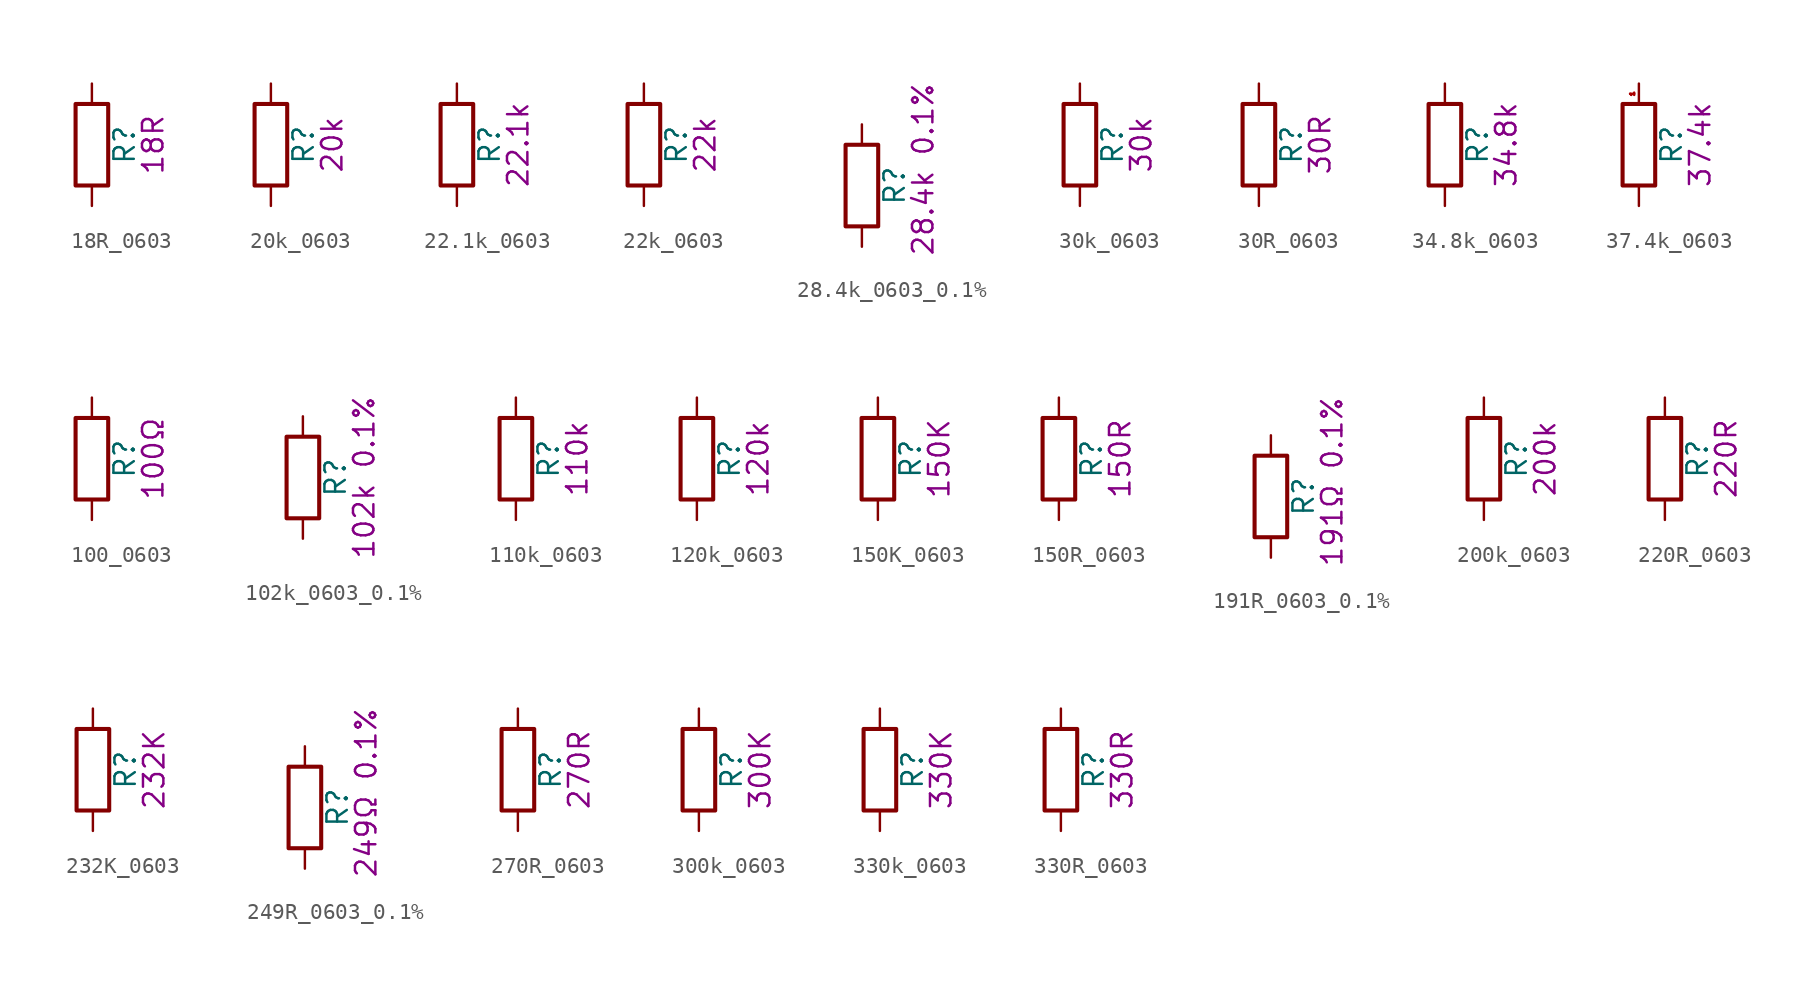
<source format=kicad_sym>
(kicad_symbol_lib
  (version 20211014)
  (generator kicad_symbol_editor)
  (symbol "18R_0603"
    (pin_numbers hide)
    (pin_names
      (offset 0))
    (property "Reference" "R"
      (at 2.032 0 90)
      (effects (font (size 1.27 1.27))))
    (property "Display" "18R"
      (at 3.81 0 90)
      (effects (font (size 1.27 1.27))))
    (symbol "18R_0603_0_1"
      (rectangle (start -1.016 -2.54) (end 1.016 2.54) (stroke (width 0.254) (type default) (color 0 0 0 0)) (fill (type none))))
    (symbol "18R_0603_1_1"
      (pin passive line (at 0 3.81 270) (length 1.27) (name "~" (effects (font (size 1.27 1.27)))) (number "1" (effects (font (size 1.27 1.27)))))
      (pin passive line (at 0 -3.81 90) (length 1.27) (name "~" (effects (font (size 1.27 1.27)))) (number "2" (effects (font (size 1.27 1.27)))))))
  (symbol "20k_0603"
    (pin_numbers hide)
    (pin_names
      (offset 0))
    (property "Reference" "R"
      (at 2.032 0 90)
      (effects (font (size 1.27 1.27))))
    (property "Display" "20k"
      (at 3.81 0 90)
      (effects (font (size 1.27 1.27))))
    (symbol "20k_0603_0_1"
      (rectangle (start -1.016 -2.54) (end 1.016 2.54) (stroke (width 0.254) (type default) (color 0 0 0 0)) (fill (type none))))
    (symbol "20k_0603_1_1"
      (pin passive line (at 0 3.81 270) (length 1.27) (name "~" (effects (font (size 1.27 1.27)))) (number "1" (effects (font (size 1.27 1.27)))))
      (pin passive line (at 0 -3.81 90) (length 1.27) (name "~" (effects (font (size 1.27 1.27)))) (number "2" (effects (font (size 1.27 1.27)))))))
  (symbol "22.1k_0603"
    (pin_numbers hide)
    (pin_names
      (offset 0))
    (property "Reference" "R"
      (at 2.032 0 90)
      (effects (font (size 1.27 1.27))))
    (property "Display" "22.1k"
      (at 3.81 0 90)
      (effects (font (size 1.27 1.27))))
    (symbol "22.1k_0603_0_1"
      (rectangle (start -1.016 -2.54) (end 1.016 2.54) (stroke (width 0.254) (type default) (color 0 0 0 0)) (fill (type none))))
    (symbol "22.1k_0603_1_1"
      (pin passive line (at 0 3.81 270) (length 1.27) (name "~" (effects (font (size 1.27 1.27)))) (number "1" (effects (font (size 1.27 1.27)))))
      (pin passive line (at 0 -3.81 90) (length 1.27) (name "~" (effects (font (size 1.27 1.27)))) (number "2" (effects (font (size 1.27 1.27)))))))
  (symbol "22k_0603"
    (pin_numbers hide)
    (pin_names
      (offset 0))
    (property "Reference" "R"
      (at 2.032 0 90)
      (effects (font (size 1.27 1.27))))
    (property "Display" "22k"
      (at 3.81 0 90)
      (effects (font (size 1.27 1.27))))
    (symbol "22k_0603_0_1"
      (rectangle (start -1.016 -2.54) (end 1.016 2.54) (stroke (width 0.254) (type default) (color 0 0 0 0)) (fill (type none))))
    (symbol "22k_0603_1_1"
      (pin passive line (at 0 3.81 270) (length 1.27) (name "~" (effects (font (size 1.27 1.27)))) (number "1" (effects (font (size 1.27 1.27)))))
      (pin passive line (at 0 -3.81 90) (length 1.27) (name "~" (effects (font (size 1.27 1.27)))) (number "2" (effects (font (size 1.27 1.27)))))))
  (symbol "28.4k_0603_0.1%"
    (pin_numbers hide)
    (pin_names
      (offset 0))
    (property "Reference" "R"
      (at 2.032 0 90)
      (effects (font (size 1.27 1.27))))
    (property "Display" "28.4k 0.1%"
      (at 3.81 -4.445 90)
      (effects (font (size 1.27 1.27)) (justify left)))
    (symbol "28.4k_0603_0.1%_0_1"
      (rectangle (start -1.016 -2.54) (end 1.016 2.54) (stroke (width 0.254) (type default) (color 0 0 0 0)) (fill (type none))))
    (symbol "28.4k_0603_0.1%_1_1"
      (pin passive line (at 0 3.81 270) (length 1.27) (name "~" (effects (font (size 1.27 1.27)))) (number "1" (effects (font (size 1.27 1.27)))))
      (pin passive line (at 0 -3.81 90) (length 1.27) (name "~" (effects (font (size 1.27 1.27)))) (number "2" (effects (font (size 1.27 1.27)))))))
  (symbol "30k_0603"
    (pin_numbers hide)
    (pin_names
      (offset 0))
    (property "Reference" "R"
      (at 2.032 0 90)
      (effects (font (size 1.27 1.27))))
    (property "Display" "30k"
      (at 3.81 0 90)
      (effects (font (size 1.27 1.27))))
    (symbol "30k_0603_0_1"
      (rectangle (start -1.016 -2.54) (end 1.016 2.54) (stroke (width 0.254) (type default) (color 0 0 0 0)) (fill (type none))))
    (symbol "30k_0603_1_1"
      (pin passive line (at 0 3.81 270) (length 1.27) (name "~" (effects (font (size 1.27 1.27)))) (number "1" (effects (font (size 1.27 1.27)))))
      (pin passive line (at 0 -3.81 90) (length 1.27) (name "~" (effects (font (size 1.27 1.27)))) (number "2" (effects (font (size 1.27 1.27)))))))
  (symbol "30R_0603"
    (pin_numbers hide)
    (pin_names
      (offset 0))
    (property "Reference" "R"
      (at 2.032 0 90)
      (effects (font (size 1.27 1.27))))
    (property "Display" "30R"
      (at 3.81 0 90)
      (effects (font (size 1.27 1.27))))
    (symbol "30R_0603_0_1"
      (rectangle (start -1.016 -2.54) (end 1.016 2.54) (stroke (width 0.254) (type default) (color 0 0 0 0)) (fill (type none))))
    (symbol "30R_0603_1_1"
      (pin passive line (at 0 3.81 270) (length 1.27) (name "~" (effects (font (size 1.27 1.27)))) (number "1" (effects (font (size 1.27 1.27)))))
      (pin passive line (at 0 -3.81 90) (length 1.27) (name "~" (effects (font (size 1.27 1.27)))) (number "2" (effects (font (size 1.27 1.27)))))))
  (symbol "34.8k_0603"
    (pin_numbers hide)
    (pin_names
      (offset 0))
    (property "Reference" "R"
      (at 2.032 0 90)
      (effects (font (size 1.27 1.27))))
    (property "Display" "34.8k"
      (at 3.81 0 90)
      (effects (font (size 1.27 1.27))))
    (symbol "34.8k_0603_0_1"
      (rectangle (start -1.016 -2.54) (end 1.016 2.54) (stroke (width 0.254) (type default) (color 0 0 0 0)) (fill (type none))))
    (symbol "34.8k_0603_1_1"
      (pin passive line (at 0 3.81 270) (length 1.27) (name "~" (effects (font (size 1.27 1.27)))) (number "1" (effects (font (size 1.27 1.27)))))
      (pin passive line (at 0 -3.81 90) (length 1.27) (name "~" (effects (font (size 1.27 1.27)))) (number "2" (effects (font (size 1.27 1.27)))))))
  (symbol "37.4k_0603"
    (pin_names
      (offset 0))
    (property "Reference" "R"
      (at 2.032 0 90)
      (effects (font (size 1.27 1.27))))
    (property "Display" "37.4k"
      (at 3.81 0 90)
      (effects (font (size 1.27 1.27))))
    (symbol "37.4k_0603_0_1"
      (rectangle (start -1.016 -2.54) (end 1.016 2.54) (stroke (width 0.254) (type default) (color 0 0 0 0)) (fill (type none))))
    (symbol "37.4k_0603_1_1"
      (pin passive line (at 0 3.81 270) (length 1.27) (name "~" (effects (font (size 1.27 1.27)))) (number "1" (effects (font (size 0.254 0.254)))))
      (pin passive line (at 0 -3.81 90) (length 1.27) (name "~" (effects (font (size 1.27 1.27)))) (number "2" (effects (font (size 0 0)))))))
  (symbol "100_0603"
    (pin_numbers hide)
    (pin_names
      (offset 0))
    (property "Reference" "R"
      (at 2.032 0 90)
      (effects (font (size 1.27 1.27))))
    (property "Display" "100Ω"
      (at 3.81 0 90)
      (effects (font (size 1.27 1.27))))
    (symbol "100_0603_0_1"
      (rectangle (start -1.016 -2.54) (end 1.016 2.54) (stroke (width 0.254) (type default) (color 0 0 0 0)) (fill (type none))))
    (symbol "100_0603_1_1"
      (pin passive line (at 0 3.81 270) (length 1.27) (name "~" (effects (font (size 1.27 1.27)))) (number "1" (effects (font (size 1.27 1.27)))))
      (pin passive line (at 0 -3.81 90) (length 1.27) (name "~" (effects (font (size 1.27 1.27)))) (number "2" (effects (font (size 1.27 1.27)))))))
  (symbol "102k_0603_0.1%"
    (pin_numbers hide)
    (pin_names
      (offset 0))
    (property "Reference" "R"
      (at 2.032 0 90)
      (effects (font (size 1.27 1.27))))
    (property "Display" "102k 0.1%"
      (at 3.81 0 90)
      (effects (font (size 1.27 1.27))))
    (symbol "102k_0603_0.1%_0_1"
      (rectangle (start -1.016 -2.54) (end 1.016 2.54) (stroke (width 0.254) (type default) (color 0 0 0 0)) (fill (type none))))
    (symbol "102k_0603_0.1%_1_1"
      (pin passive line (at 0 3.81 270) (length 1.27) (name "~" (effects (font (size 1.27 1.27)))) (number "1" (effects (font (size 1.27 1.27)))))
      (pin passive line (at 0 -3.81 90) (length 1.27) (name "~" (effects (font (size 1.27 1.27)))) (number "2" (effects (font (size 1.27 1.27)))))))
  (symbol "110k_0603"
    (pin_numbers hide)
    (pin_names
      (offset 0))
    (property "Reference" "R"
      (at 2.032 0 90)
      (effects (font (size 1.27 1.27))))
    (property "Display" "110k"
      (at 3.81 0 90)
      (effects (font (size 1.27 1.27))))
    (symbol "110k_0603_0_1"
      (rectangle (start -1.016 -2.54) (end 1.016 2.54) (stroke (width 0.254) (type default) (color 0 0 0 0)) (fill (type none))))
    (symbol "110k_0603_1_1"
      (pin passive line (at 0 3.81 270) (length 1.27) (name "~" (effects (font (size 1.27 1.27)))) (number "1" (effects (font (size 1.27 1.27)))))
      (pin passive line (at 0 -3.81 90) (length 1.27) (name "~" (effects (font (size 1.27 1.27)))) (number "2" (effects (font (size 1.27 1.27)))))))
  (symbol "120k_0603"
    (pin_numbers hide)
    (pin_names
      (offset 0))
    (property "Reference" "R"
      (at 2.032 0 90)
      (effects (font (size 1.27 1.27))))
    (property "Display" "120k"
      (at 3.81 0 90)
      (effects (font (size 1.27 1.27))))
    (symbol "120k_0603_0_1"
      (rectangle (start -1.016 -2.54) (end 1.016 2.54) (stroke (width 0.254) (type default) (color 0 0 0 0)) (fill (type none))))
    (symbol "120k_0603_1_1"
      (pin passive line (at 0 3.81 270) (length 1.27) (name "~" (effects (font (size 1.27 1.27)))) (number "1" (effects (font (size 1.27 1.27)))))
      (pin passive line (at 0 -3.81 90) (length 1.27) (name "~" (effects (font (size 1.27 1.27)))) (number "2" (effects (font (size 1.27 1.27)))))))
  (symbol "150K_0603"
    (pin_numbers hide)
    (pin_names
      (offset 0))
    (property "Reference" "R"
      (at 2.032 0 90)
      (effects (font (size 1.27 1.27))))
    (property "Display" "150K"
      (at 3.81 0 90)
      (effects (font (size 1.27 1.27))))
    (symbol "150K_0603_0_1"
      (rectangle (start -1.016 -2.54) (end 1.016 2.54) (stroke (width 0.254) (type default) (color 0 0 0 0)) (fill (type none))))
    (symbol "150K_0603_1_1"
      (pin passive line (at 0 3.81 270) (length 1.27) (name "~" (effects (font (size 1.27 1.27)))) (number "1" (effects (font (size 1.27 1.27)))))
      (pin passive line (at 0 -3.81 90) (length 1.27) (name "~" (effects (font (size 1.27 1.27)))) (number "2" (effects (font (size 1.27 1.27)))))))
  (symbol "150R_0603"
    (pin_numbers hide)
    (pin_names
      (offset 0))
    (property "Reference" "R"
      (at 2.032 0 90)
      (effects (font (size 1.27 1.27))))
    (property "Display" "150R"
      (at 3.81 0 90)
      (effects (font (size 1.27 1.27))))
    (symbol "150R_0603_0_1"
      (rectangle (start -1.016 -2.54) (end 1.016 2.54) (stroke (width 0.254) (type default) (color 0 0 0 0)) (fill (type none))))
    (symbol "150R_0603_1_1"
      (pin passive line (at 0 3.81 270) (length 1.27) (name "~" (effects (font (size 1.27 1.27)))) (number "1" (effects (font (size 1.27 1.27)))))
      (pin passive line (at 0 -3.81 90) (length 1.27) (name "~" (effects (font (size 1.27 1.27)))) (number "2" (effects (font (size 1.27 1.27)))))))
  (symbol "191R_0603_0.1%"
    (pin_numbers hide)
    (pin_names
      (offset 0))
    (property "Reference" "R"
      (at 2.032 0 90)
      (effects (font (size 1.27 1.27))))
    (property "Display" "191Ω 0.1%"
      (at 3.81 -4.445 90)
      (effects (font (size 1.27 1.27)) (justify left)))
    (symbol "191R_0603_0.1%_0_1"
      (rectangle (start -1.016 -2.54) (end 1.016 2.54) (stroke (width 0.254) (type default) (color 0 0 0 0)) (fill (type none))))
    (symbol "191R_0603_0.1%_1_1"
      (pin passive line (at 0 3.81 270) (length 1.27) (name "~" (effects (font (size 1.27 1.27)))) (number "1" (effects (font (size 1.27 1.27)))))
      (pin passive line (at 0 -3.81 90) (length 1.27) (name "~" (effects (font (size 1.27 1.27)))) (number "2" (effects (font (size 1.27 1.27)))))))
  (symbol "200k_0603"
    (pin_numbers hide)
    (pin_names
      (offset 0))
    (property "Reference" "R"
      (at 2.032 0 90)
      (effects (font (size 1.27 1.27))))
    (property "Display" "200k"
      (at 3.81 0 90)
      (effects (font (size 1.27 1.27))))
    (symbol "200k_0603_0_1"
      (rectangle (start -1.016 -2.54) (end 1.016 2.54) (stroke (width 0.254) (type default) (color 0 0 0 0)) (fill (type none))))
    (symbol "200k_0603_1_1"
      (pin passive line (at 0 3.81 270) (length 1.27) (name "~" (effects (font (size 1.27 1.27)))) (number "1" (effects (font (size 1.27 1.27)))))
      (pin passive line (at 0 -3.81 90) (length 1.27) (name "~" (effects (font (size 1.27 1.27)))) (number "2" (effects (font (size 1.27 1.27)))))))
  (symbol "220R_0603"
    (pin_numbers hide)
    (pin_names
      (offset 0))
    (property "Reference" "R"
      (at 2.032 0 90)
      (effects (font (size 1.27 1.27))))
    (property "Display" "220R"
      (at 3.81 0 90)
      (effects (font (size 1.27 1.27))))
    (symbol "220R_0603_0_1"
      (rectangle (start -1.016 -2.54) (end 1.016 2.54) (stroke (width 0.254) (type default) (color 0 0 0 0)) (fill (type none))))
    (symbol "220R_0603_1_1"
      (pin passive line (at 0 3.81 270) (length 1.27) (name "~" (effects (font (size 1.27 1.27)))) (number "1" (effects (font (size 1.27 1.27)))))
      (pin passive line (at 0 -3.81 90) (length 1.27) (name "~" (effects (font (size 1.27 1.27)))) (number "2" (effects (font (size 1.27 1.27)))))))
  (symbol "232K_0603"
    (pin_numbers hide)
    (pin_names
      (offset 0))
    (property "Reference" "R"
      (at 2.032 0 90)
      (effects (font (size 1.27 1.27))))
    (property "Display" "232K"
      (at 3.81 0 90)
      (effects (font (size 1.27 1.27))))
    (symbol "232K_0603_0_1"
      (rectangle (start -1.016 -2.54) (end 1.016 2.54) (stroke (width 0.254) (type default) (color 0 0 0 0)) (fill (type none))))
    (symbol "232K_0603_1_1"
      (pin passive line (at 0 3.81 270) (length 1.27) (name "~" (effects (font (size 1.27 1.27)))) (number "1" (effects (font (size 1.27 1.27)))))
      (pin passive line (at 0 -3.81 90) (length 1.27) (name "~" (effects (font (size 1.27 1.27)))) (number "2" (effects (font (size 1.27 1.27)))))))
  (symbol "249R_0603_0.1%"
    (pin_numbers hide)
    (pin_names
      (offset 0))
    (property "Reference" "R"
      (at 2.032 0 90)
      (effects (font (size 1.27 1.27))))
    (property "Display" "249Ω 0.1%"
      (at 3.81 -4.445 90)
      (effects (font (size 1.27 1.27)) (justify left)))
    (symbol "249R_0603_0.1%_0_1"
      (rectangle (start -1.016 -2.54) (end 1.016 2.54) (stroke (width 0.254) (type default) (color 0 0 0 0)) (fill (type none))))
    (symbol "249R_0603_0.1%_1_1"
      (pin passive line (at 0 3.81 270) (length 1.27) (name "~" (effects (font (size 1.27 1.27)))) (number "1" (effects (font (size 1.27 1.27)))))
      (pin passive line (at 0 -3.81 90) (length 1.27) (name "~" (effects (font (size 1.27 1.27)))) (number "2" (effects (font (size 1.27 1.27)))))))
  (symbol "270R_0603"
    (pin_numbers hide)
    (pin_names
      (offset 0))
    (property "Reference" "R"
      (at 2.032 0 90)
      (effects (font (size 1.27 1.27))))
    (property "Display" "270R"
      (at 3.81 0 90)
      (effects (font (size 1.27 1.27))))
    (symbol "270R_0603_0_1"
      (rectangle (start -1.016 -2.54) (end 1.016 2.54) (stroke (width 0.254) (type default) (color 0 0 0 0)) (fill (type none))))
    (symbol "270R_0603_1_1"
      (pin passive line (at 0 3.81 270) (length 1.27) (name "~" (effects (font (size 1.27 1.27)))) (number "1" (effects (font (size 1.27 1.27)))))
      (pin passive line (at 0 -3.81 90) (length 1.27) (name "~" (effects (font (size 1.27 1.27)))) (number "2" (effects (font (size 1.27 1.27)))))))
  (symbol "300k_0603"
    (pin_numbers hide)
    (pin_names
      (offset 0))
    (property "Reference" "R"
      (at 2.032 0 90)
      (effects (font (size 1.27 1.27))))
    (property "Display" "300K"
      (at 3.81 0 90)
      (effects (font (size 1.27 1.27))))
    (symbol "300k_0603_0_1"
      (rectangle (start -1.016 -2.54) (end 1.016 2.54) (stroke (width 0.254) (type default) (color 0 0 0 0)) (fill (type none))))
    (symbol "300k_0603_1_1"
      (pin passive line (at 0 3.81 270) (length 1.27) (name "~" (effects (font (size 1.27 1.27)))) (number "1" (effects (font (size 1.27 1.27)))))
      (pin passive line (at 0 -3.81 90) (length 1.27) (name "~" (effects (font (size 1.27 1.27)))) (number "2" (effects (font (size 1.27 1.27)))))))
  (symbol "330k_0603"
    (pin_numbers hide)
    (pin_names
      (offset 0))
    (property "Reference" "R"
      (at 2.032 0 90)
      (effects (font (size 1.27 1.27))))
    (property "Display" "330K"
      (at 3.81 0 90)
      (effects (font (size 1.27 1.27))))
    (symbol "330k_0603_0_1"
      (rectangle (start -1.016 -2.54) (end 1.016 2.54) (stroke (width 0.254) (type default) (color 0 0 0 0)) (fill (type none))))
    (symbol "330k_0603_1_1"
      (pin passive line (at 0 3.81 270) (length 1.27) (name "~" (effects (font (size 1.27 1.27)))) (number "1" (effects (font (size 1.27 1.27)))))
      (pin passive line (at 0 -3.81 90) (length 1.27) (name "~" (effects (font (size 1.27 1.27)))) (number "2" (effects (font (size 1.27 1.27)))))))
  (symbol "330R_0603"
    (pin_numbers hide)
    (pin_names
      (offset 0))
    (property "Reference" "R"
      (at 2.032 0 90)
      (effects (font (size 1.27 1.27))))
    (property "Display" "330R"
      (at 3.81 0 90)
      (effects (font (size 1.27 1.27))))
    (symbol "330R_0603_0_1"
      (rectangle (start -1.016 -2.54) (end 1.016 2.54) (stroke (width 0.254) (type default) (color 0 0 0 0)) (fill (type none))))
    (symbol "330R_0603_1_1"
      (pin passive line (at 0 3.81 270) (length 1.27) (name "~" (effects (font (size 1.27 1.27)))) (number "1" (effects (font (size 1.27 1.27)))))
      (pin passive line (at 0 -3.81 90) (length 1.27) (name "~" (effects (font (size 1.27 1.27)))) (number "2" (effects (font (size 1.27 1.27))))))))
</source>
